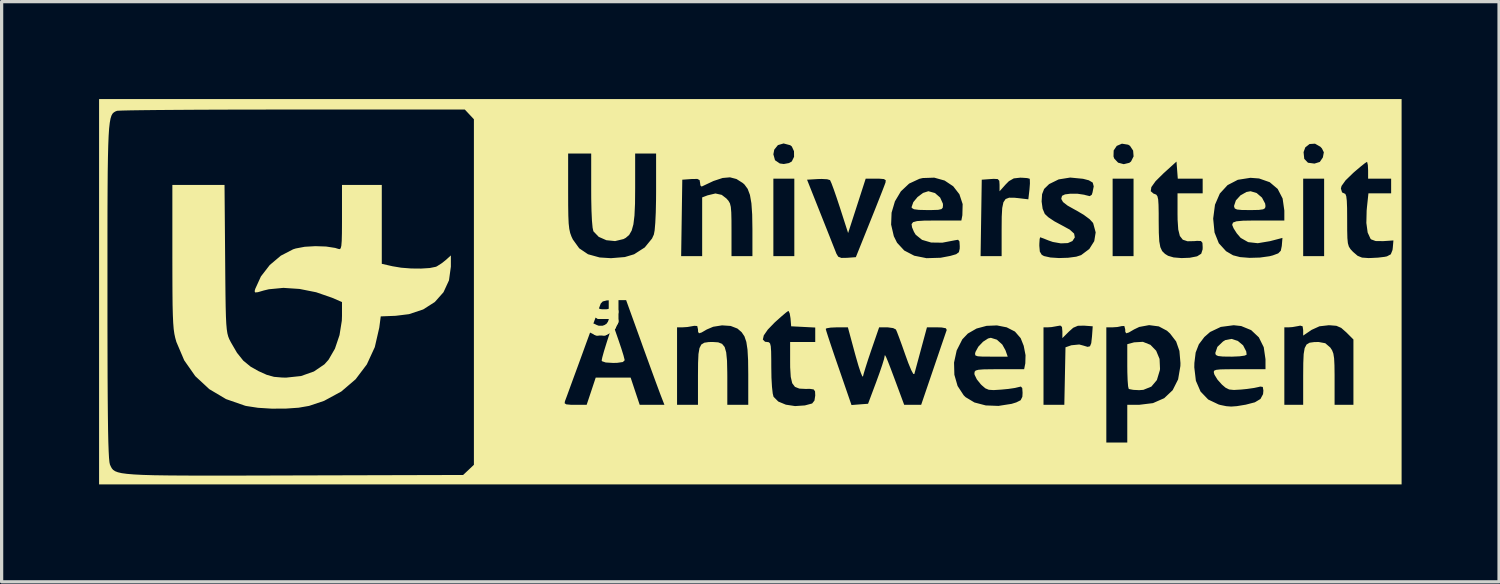
<source format=kicad_pcb>
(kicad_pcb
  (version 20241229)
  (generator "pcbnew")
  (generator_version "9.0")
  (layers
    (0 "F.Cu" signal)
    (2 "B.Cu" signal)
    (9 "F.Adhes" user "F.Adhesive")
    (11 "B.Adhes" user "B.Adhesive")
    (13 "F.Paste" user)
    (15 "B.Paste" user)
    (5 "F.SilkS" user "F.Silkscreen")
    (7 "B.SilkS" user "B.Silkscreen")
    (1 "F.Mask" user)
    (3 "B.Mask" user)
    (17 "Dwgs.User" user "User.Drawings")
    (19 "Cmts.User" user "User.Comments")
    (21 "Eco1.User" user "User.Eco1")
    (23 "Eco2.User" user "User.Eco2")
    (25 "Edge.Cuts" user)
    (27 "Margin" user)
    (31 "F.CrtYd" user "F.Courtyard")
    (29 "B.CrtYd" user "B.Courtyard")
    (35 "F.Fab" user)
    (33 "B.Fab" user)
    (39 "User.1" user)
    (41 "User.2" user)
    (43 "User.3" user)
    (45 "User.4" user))
  (footprint "logoUA40mm"
    (layer "F.Cu")
    (at 20.049 5.931)
    (property "Reference" "logoUA40mm" (at 0 0 0) (layer "F.SilkS") (effects (font (size 1.524 1.524) (thickness 0.3))))
    (attr board_only exclude_from_pos_files exclude_from_bom)
    (fp_poly (pts (xy 7.59 1.476) (xy 7.757 1.627) (xy 7.855 1.804) (xy 7.923 1.998) (xy 7.406 1.998) (xy 7.151 1.997) (xy 7 1.987) (xy 6.93 1.962) (xy 6.917 1.913) (xy 6.931 1.853) (xy 7.018 1.693) (xy 7.161 1.541) (xy 7.318 1.439) (xy 7.403 1.418)) (stroke (width 0) (type solid)) (fill yes) (layer "F.SilkS"))
    (fp_poly (pts (xy -4.052 1.508) (xy -3.969 1.755) (xy -3.905 1.96) (xy -3.872 2.09) (xy -3.869 2.111) (xy -3.925 2.164) (xy -4.1 2.189) (xy -4.223 2.192) (xy -4.453 2.178) (xy -4.566 2.139) (xy -4.577 2.115) (xy -4.558 2.022) (xy -4.508 1.84) (xy -4.435 1.603) (xy -4.406 1.511) (xy -4.234 0.985)) (stroke (width 0) (type solid)) (fill yes) (layer "F.SilkS"))
    (fp_poly (pts (xy 15.007 1.514) (xy 15.17 1.651) (xy 15.266 1.838) (xy 15.279 1.937) (xy 15.219 1.966) (xy 15.063 1.988) (xy 14.84 1.998) (xy 14.795 1.998) (xy 14.546 1.995) (xy 14.4 1.979) (xy 14.331 1.946) (xy 14.314 1.89) (xy 14.314 1.886) (xy 14.378 1.698) (xy 14.551 1.532) (xy 14.624 1.488) (xy 14.813 1.452)) (stroke (width 0) (type solid)) (fill yes) (layer "F.SilkS"))
    (fp_poly (pts (xy 5.681 -3.039) (xy 5.843 -2.899) (xy 5.927 -2.713) (xy 5.931 -2.663) (xy 5.923 -2.587) (xy 5.882 -2.543) (xy 5.781 -2.521) (xy 5.592 -2.515) (xy 5.447 -2.514) (xy 5.189 -2.52) (xy 5.038 -2.539) (xy 4.972 -2.577) (xy 4.964 -2.606) (xy 5.017 -2.758) (xy 5.149 -2.917) (xy 5.317 -3.042) (xy 5.479 -3.094) (xy 5.483 -3.094)) (stroke (width 0) (type solid)) (fill yes) (layer "F.SilkS"))
    (fp_poly (pts (xy 15.587 -3.038) (xy 15.751 -2.897) (xy 15.848 -2.714) (xy 15.859 -2.634) (xy 15.845 -2.573) (xy 15.786 -2.537) (xy 15.656 -2.519) (xy 15.427 -2.514) (xy 15.375 -2.514) (xy 15.128 -2.517) (xy 14.984 -2.531) (xy 14.914 -2.563) (xy 14.893 -2.62) (xy 14.892 -2.646) (xy 14.948 -2.813) (xy 15.09 -2.968) (xy 15.274 -3.071) (xy 15.4 -3.094)) (stroke (width 0) (type solid)) (fill yes) (layer "F.SilkS"))
    (fp_poly (pts (xy 12.316 1.634) (xy 12.493 1.816) (xy 12.598 2.069) (xy 12.612 2.374) (xy 12.607 2.415) (xy 12.515 2.719) (xy 12.345 2.921) (xy 12.1 3.02) (xy 11.972 3.03) (xy 11.791 3.021) (xy 11.668 2.998) (xy 11.647 2.987) (xy 11.629 2.908) (xy 11.615 2.73) (xy 11.606 2.481) (xy 11.604 2.28) (xy 11.604 1.615) (xy 11.814 1.558) (xy 12.084 1.542)) (stroke (width 0) (type solid)) (fill yes) (layer "F.SilkS"))
    (fp_poly (pts (xy -16.168 -1.015) (xy -16.163 -0.414) (xy -16.158 0.073) (xy -16.152 0.459) (xy -16.144 0.758) (xy -16.133 0.986) (xy -16.118 1.155) (xy -16.099 1.28) (xy -16.074 1.376) (xy -16.043 1.456) (xy -16.003 1.534) (xy -15.997 1.547) (xy -15.803 1.88) (xy -15.609 2.122) (xy -15.383 2.307) (xy -15.14 2.444) (xy -14.885 2.559) (xy -14.663 2.62) (xy -14.407 2.642) (xy -14.282 2.643) (xy -13.832 2.595) (xy -13.435 2.455) (xy -13.113 2.236) (xy -12.986 2.095) (xy -12.788 1.753) (xy -12.647 1.335) (xy -12.576 0.891) (xy -12.571 0.741) (xy -12.571 0.318) (xy -12.877 0.185) (xy -13.366 0.016) (xy -13.878 -0.086) (xy -14.376 -0.119) (xy -14.824 -0.076) (xy -14.981 -0.038) (xy -15.16 0.014) (xy -15.244 0.022) (xy -15.26 -0.017) (xy -15.242 -0.086) (xy -15.067 -0.47) (xy -14.795 -0.822) (xy -14.454 -1.11) (xy -14.076 -1.306) (xy -13.994 -1.332) (xy -13.719 -1.384) (xy -13.391 -1.403) (xy -13.061 -1.392) (xy -12.782 -1.349) (xy -12.684 -1.319) (xy -12.641 -1.311) (xy -12.611 -1.338) (xy -12.591 -1.417) (xy -12.579 -1.565) (xy -12.573 -1.801) (xy -12.571 -2.143) (xy -12.571 -2.282) (xy -12.571 -3.288) (xy -11.346 -3.288) (xy -11.346 -0.86) (xy -11.019 -0.785) (xy -10.75 -0.74) (xy -10.443 -0.716) (xy -10.136 -0.713) (xy -9.869 -0.73) (xy -9.681 -0.768) (xy -9.65 -0.782) (xy -9.495 -0.881) (xy -9.364 -0.986) (xy -9.219 -1.118) (xy -9.219 -0.773) (xy -9.277 -0.351) (xy -9.446 0.015) (xy -9.714 0.317) (xy -10.071 0.545) (xy -10.507 0.69) (xy -10.919 0.741) (xy -11.378 0.759) (xy -11.423 1.105) (xy -11.561 1.705) (xy -11.806 2.237) (xy -12.152 2.695) (xy -12.593 3.072) (xy -13.122 3.359) (xy -13.583 3.514) (xy -13.905 3.57) (xy -14.306 3.598) (xy -14.739 3.599) (xy -15.156 3.573) (xy -15.51 3.519) (xy -15.551 3.51) (xy -16.141 3.305) (xy -16.656 2.999) (xy -17.087 2.599) (xy -17.428 2.112) (xy -17.669 1.546) (xy -17.671 1.539) (xy -17.704 1.422) (xy -17.731 1.297) (xy -17.752 1.148) (xy -17.767 0.959) (xy -17.778 0.717) (xy -17.786 0.405) (xy -17.79 0.009) (xy -17.792 -0.486) (xy -17.793 -1.069) (xy -17.793 -3.288) (xy -16.187 -3.288)) (stroke (width 0) (type solid)) (fill yes) (layer "F.SilkS"))
    (fp_poly (pts (xy 20.049 5.931) (xy -20.049 5.931) (xy -20.049 -0.006) (xy -19.791 -0.006) (xy -19.791 0.989) (xy -19.789 1.863) (xy -19.787 2.62) (xy -19.783 3.269) (xy -19.778 3.815) (xy -19.772 4.266) (xy -19.764 4.628) (xy -19.754 4.907) (xy -19.743 5.111) (xy -19.73 5.246) (xy -19.715 5.319) (xy -19.712 5.325) (xy -19.685 5.385) (xy -19.655 5.439) (xy -19.615 5.485) (xy -19.557 5.524) (xy -19.472 5.557) (xy -19.352 5.585) (xy -19.188 5.607) (xy -18.973 5.625) (xy -18.699 5.639) (xy -18.356 5.649) (xy -17.936 5.655) (xy -17.433 5.659) (xy -16.836 5.66) (xy -16.138 5.66) (xy -15.331 5.659) (xy -14.406 5.656) (xy -14.043 5.655) (xy -8.842 5.641) (xy -8.676 5.485) (xy -8.51 5.328) (xy -8.51 4.642) (xy 10.959 4.642) (xy 11.604 4.642) (xy 11.604 3.481) (xy 11.971 3.481) (xy 12.395 3.429) (xy 12.741 3.277) (xy 13.001 3.031) (xy 13.169 2.698) (xy 13.232 2.328) (xy 13.667 2.328) (xy 13.716 2.741) (xy 13.86 3.073) (xy 14.095 3.318) (xy 14.417 3.471) (xy 14.471 3.486) (xy 14.65 3.523) (xy 14.802 3.535) (xy 14.978 3.522) (xy 15.226 3.481) (xy 15.227 3.481) (xy 16.439 3.481) (xy 17.019 3.481) (xy 17.019 2.581) (xy 17.022 2.195) (xy 17.034 1.919) (xy 17.065 1.736) (xy 17.123 1.625) (xy 17.217 1.569) (xy 17.356 1.55) (xy 17.494 1.547) (xy 17.699 1.585) (xy 17.853 1.717) (xy 17.909 1.802) (xy 17.948 1.904) (xy 17.971 2.049) (xy 17.982 2.263) (xy 17.986 2.572) (xy 17.986 2.684) (xy 17.986 3.481) (xy 18.566 3.481) (xy 18.566 1.47) (xy 18.347 1.251) (xy 18.19 1.113) (xy 18.042 1.049) (xy 17.839 1.032) (xy 17.808 1.031) (xy 17.52 1.064) (xy 17.278 1.174) (xy 17.254 1.191) (xy 17.019 1.35) (xy 17.019 1.183) (xy 17.002 1.065) (xy 16.928 1.043) (xy 16.874 1.055) (xy 16.688 1.088) (xy 16.584 1.095) (xy 16.439 1.096) (xy 16.439 3.481) (xy 15.227 3.481) (xy 15.251 3.477) (xy 15.532 3.404) (xy 15.704 3.301) (xy 15.784 3.152) (xy 15.794 3.042) (xy 15.776 2.931) (xy 15.698 2.919) (xy 15.649 2.932) (xy 15.507 2.962) (xy 15.29 2.993) (xy 15.11 3.011) (xy 14.885 3.024) (xy 14.74 3.009) (xy 14.629 2.954) (xy 14.519 2.86) (xy 14.382 2.707) (xy 14.291 2.559) (xy 14.28 2.53) (xy 14.266 2.47) (xy 14.279 2.43) (xy 14.339 2.405) (xy 14.465 2.391) (xy 14.677 2.386) (xy 14.996 2.385) (xy 15.049 2.385) (xy 15.859 2.385) (xy 15.859 2.079) (xy 15.805 1.708) (xy 15.654 1.404) (xy 15.418 1.182) (xy 15.111 1.056) (xy 14.88 1.031) (xy 14.483 1.083) (xy 14.154 1.239) (xy 13.977 1.394) (xy 13.807 1.619) (xy 13.709 1.872) (xy 13.67 2.191) (xy 13.667 2.328) (xy 13.232 2.328) (xy 13.239 2.285) (xy 13.241 2.196) (xy 13.209 1.822) (xy 13.108 1.531) (xy 12.922 1.288) (xy 12.826 1.2) (xy 12.575 1.067) (xy 12.276 1.028) (xy 11.972 1.084) (xy 11.812 1.161) (xy 11.651 1.255) (xy 11.57 1.279) (xy 11.543 1.232) (xy 11.54 1.154) (xy 11.513 1.055) (xy 11.438 1.057) (xy 11.299 1.086) (xy 11.148 1.096) (xy 10.959 1.096) (xy 10.959 4.642) (xy -8.51 4.642) (xy -8.51 3.433) (xy -5.717 3.433) (xy -5.666 3.467) (xy -5.527 3.48) (xy -5.395 3.481) (xy -5.039 3.481) (xy -4.899 3.062) (xy -4.76 2.643) (xy -3.685 2.643) (xy -3.546 3.062) (xy -3.406 3.481) (xy -2.645 3.481) (xy -2.256 3.481) (xy -1.612 3.481) (xy -1.612 2.581) (xy -1.609 2.195) (xy -1.597 1.919) (xy -1.566 1.736) (xy -1.509 1.625) (xy -1.416 1.569) (xy -1.281 1.549) (xy -1.154 1.547) (xy -0.989 1.558) (xy -0.871 1.604) (xy -0.791 1.701) (xy -0.743 1.868) (xy -0.718 2.123) (xy -0.71 2.483) (xy -0.709 2.621) (xy -0.709 3.481) (xy -0.064 3.481) (xy -0.064 2.543) (xy -0.069 2.11) (xy -0.087 1.784) (xy -0.123 1.545) (xy -0.148 1.472) (xy 0.385 1.472) (xy 0.453 1.54) (xy 0.516 1.547) (xy 0.57 1.555) (xy 0.607 1.592) (xy 0.629 1.679) (xy 0.64 1.839) (xy 0.644 2.091) (xy 0.645 2.325) (xy 0.65 2.646) (xy 0.666 2.924) (xy 0.689 3.131) (xy 0.714 3.233) (xy 0.86 3.38) (xy 1.093 3.477) (xy 1.377 3.52) (xy 1.679 3.5) (xy 1.903 3.44) (xy 1.974 3.35) (xy 1.998 3.194) (xy 1.992 3.067) (xy 1.949 3.007) (xy 1.834 2.99) (xy 1.703 2.992) (xy 1.508 2.982) (xy 1.374 2.929) (xy 1.289 2.816) (xy 1.244 2.621) (xy 1.226 2.327) (xy 1.225 2.147) (xy 1.225 1.547) (xy 1.998 1.547) (xy 1.998 1.144) (xy 2.321 1.144) (xy 2.341 1.217) (xy 2.397 1.392) (xy 2.482 1.649) (xy 2.59 1.969) (xy 2.715 2.331) (xy 2.718 2.339) (xy 3.114 3.488) (xy 3.369 3.468) (xy 3.624 3.449) (xy 3.875 2.779) (xy 3.977 2.498) (xy 4.06 2.255) (xy 4.114 2.079) (xy 4.13 2.006) (xy 4.136 1.961) (xy 4.151 1.96) (xy 4.182 2.017) (xy 4.236 2.146) (xy 4.32 2.363) (xy 4.439 2.68) (xy 4.491 2.82) (xy 4.736 3.481) (xy 5.259 3.481) (xy 5.638 2.369) (xy 5.702 2.181) (xy 6.271 2.181) (xy 6.281 2.556) (xy 6.38 2.901) (xy 6.567 3.187) (xy 6.627 3.246) (xy 6.899 3.409) (xy 7.247 3.5) (xy 7.638 3.515) (xy 7.853 3.481) (xy 9.025 3.481) (xy 9.666 3.481) (xy 9.702 1.711) (xy 9.882 1.648) (xy 10.125 1.624) (xy 10.256 1.659) (xy 10.382 1.697) (xy 10.456 1.679) (xy 10.495 1.583) (xy 10.517 1.384) (xy 10.522 1.322) (xy 10.54 1.064) (xy 10.275 1.044) (xy 10.083 1.048) (xy 9.94 1.109) (xy 9.807 1.227) (xy 9.606 1.428) (xy 9.606 1.222) (xy 9.594 1.083) (xy 9.543 1.041) (xy 9.461 1.055) (xy 9.274 1.088) (xy 9.17 1.095) (xy 9.025 1.096) (xy 9.025 3.481) (xy 7.853 3.481) (xy 8.041 3.452) (xy 8.187 3.407) (xy 8.321 3.34) (xy 8.374 3.234) (xy 8.381 3.113) (xy 8.371 2.966) (xy 8.329 2.919) (xy 8.268 2.933) (xy 8.147 2.962) (xy 7.944 2.992) (xy 7.723 3.013) (xy 7.489 3.028) (xy 7.341 3.018) (xy 7.235 2.974) (xy 7.13 2.884) (xy 7.095 2.85) (xy 6.972 2.697) (xy 6.903 2.554) (xy 6.898 2.519) (xy 6.905 2.462) (xy 6.939 2.425) (xy 7.023 2.402) (xy 7.177 2.39) (xy 7.424 2.386) (xy 7.664 2.385) (xy 8.429 2.385) (xy 8.465 2.204) (xy 8.472 1.953) (xy 8.416 1.665) (xy 8.322 1.429) (xy 8.146 1.226) (xy 7.892 1.096) (xy 7.592 1.037) (xy 7.272 1.05) (xy 6.964 1.133) (xy 6.696 1.287) (xy 6.526 1.465) (xy 6.352 1.808) (xy 6.271 2.181) (xy 5.702 2.181) (xy 5.761 2.009) (xy 5.87 1.688) (xy 5.959 1.429) (xy 6.02 1.25) (xy 6.046 1.177) (xy 6.02 1.125) (xy 5.89 1.1) (xy 5.755 1.096) (xy 5.437 1.096) (xy 5.258 1.757) (xy 5.181 2.042) (xy 5.114 2.29) (xy 5.066 2.468) (xy 5.048 2.534) (xy 5.016 2.529) (xy 4.953 2.413) (xy 4.864 2.198) (xy 4.77 1.94) (xy 4.669 1.653) (xy 4.58 1.41) (xy 4.514 1.237) (xy 4.481 1.162) (xy 4.396 1.119) (xy 4.237 1.097) (xy 4.203 1.096) (xy 3.965 1.096) (xy 3.726 1.789) (xy 3.628 2.079) (xy 3.546 2.335) (xy 3.489 2.524) (xy 3.467 2.611) (xy 3.445 2.601) (xy 3.397 2.485) (xy 3.329 2.281) (xy 3.25 2.007) (xy 3.225 1.918) (xy 3.003 1.096) (xy 2.662 1.096) (xy 2.472 1.104) (xy 2.348 1.125) (xy 2.321 1.144) (xy 1.998 1.144) (xy 1.998 1.102) (xy 1.628 1.083) (xy 1.257 1.064) (xy 1.237 0.818) (xy 1.212 0.667) (xy 1.176 0.593) (xy 1.165 0.592) (xy 1.096 0.643) (xy 0.959 0.759) (xy 0.783 0.916) (xy 0.75 0.946) (xy 0.538 1.165) (xy 0.414 1.344) (xy 0.385 1.472) (xy -0.148 1.472) (xy -0.182 1.372) (xy -0.269 1.244) (xy -0.39 1.14) (xy -0.401 1.132) (xy -0.606 1.053) (xy -0.871 1.035) (xy -1.143 1.078) (xy -1.339 1.161) (xy -1.501 1.255) (xy -1.581 1.279) (xy -1.609 1.232) (xy -1.612 1.153) (xy -1.635 1.055) (xy -1.73 1.049) (xy -1.757 1.055) (xy -1.937 1.086) (xy -2.079 1.095) (xy -2.256 1.096) (xy -2.256 3.481) (xy -2.645 3.481) (xy -2.764 3.175) (xy -2.821 3.022) (xy -2.914 2.771) (xy -3.033 2.446) (xy -3.17 2.069) (xy -3.317 1.665) (xy -3.353 1.563) (xy -3.824 0.258) (xy -4.194 0.258) (xy -4.418 0.267) (xy -4.544 0.299) (xy -4.604 0.362) (xy -4.608 0.371) (xy -4.642 0.462) (xy -4.714 0.656) (xy -4.815 0.933) (xy -4.94 1.274) (xy -5.082 1.662) (xy -5.157 1.87) (xy -5.304 2.273) (xy -5.439 2.64) (xy -5.553 2.952) (xy -5.64 3.191) (xy -5.694 3.336) (xy -5.707 3.368) (xy -5.717 3.433) (xy -8.51 3.433) (xy -8.51 -3.076) (xy -5.609 -3.076) (xy -5.608 -2.653) (xy -5.603 -2.336) (xy -5.593 -2.105) (xy -5.574 -1.936) (xy -5.546 -1.807) (xy -5.506 -1.697) (xy -5.464 -1.609) (xy -5.268 -1.337) (xy -4.997 -1.154) (xy -4.639 -1.055) (xy -4.29 -1.033) (xy -3.863 -1.068) (xy -3.769 -1.096) (xy -2.13 -1.096) (xy -1.483 -1.096) (xy -1.483 -2.904) (xy -1.317 -2.967) (xy -1.074 -3.025) (xy -0.881 -2.982) (xy -0.738 -2.872) (xy -0.673 -2.799) (xy -0.628 -2.72) (xy -0.601 -2.61) (xy -0.587 -2.442) (xy -0.581 -2.192) (xy -0.58 -1.905) (xy -0.58 -1.096) (xy 0.064 -1.096) (xy 0.709 -1.096) (xy 1.354 -1.096) (xy 1.354 -3.449) (xy 1.746 -3.449) (xy 2.169 -2.385) (xy 2.31 -2.03) (xy 2.438 -1.708) (xy 2.543 -1.441) (xy 2.618 -1.253) (xy 2.649 -1.173) (xy 2.706 -1.078) (xy 2.803 -1.041) (xy 2.978 -1.044) (xy 3.248 -1.064) (xy 3.651 -2.067) (xy 4.334 -2.067) (xy 4.417 -1.709) (xy 4.516 -1.509) (xy 4.738 -1.269) (xy 5.046 -1.109) (xy 5.425 -1.033) (xy 5.858 -1.046) (xy 6.12 -1.096) (xy 7.088 -1.096) (xy 7.736 -1.096) (xy 7.736 -1.416) (xy 8.896 -1.416) (xy 8.912 -1.235) (xy 8.971 -1.137) (xy 9.041 -1.098) (xy 9.238 -1.054) (xy 9.502 -1.037) (xy 9.785 -1.046) (xy 10.034 -1.079) (xy 10.086 -1.096) (xy 11.153 -1.096) (xy 11.797 -1.096) (xy 11.797 -3.095) (xy 12.326 -3.095) (xy 12.415 -3.019) (xy 12.442 -3.011) (xy 12.496 -2.989) (xy 12.532 -2.939) (xy 12.555 -2.841) (xy 12.566 -2.673) (xy 12.571 -2.412) (xy 12.571 -2.178) (xy 12.575 -1.812) (xy 12.589 -1.551) (xy 12.622 -1.372) (xy 12.678 -1.251) (xy 12.765 -1.165) (xy 12.861 -1.106) (xy 13.032 -1.056) (xy 13.273 -1.036) (xy 13.527 -1.046) (xy 13.739 -1.087) (xy 13.76 -1.094) (xy 13.88 -1.17) (xy 13.923 -1.303) (xy 13.925 -1.37) (xy 13.918 -1.505) (xy 13.872 -1.561) (xy 13.752 -1.566) (xy 13.664 -1.558) (xy 13.458 -1.554) (xy 13.314 -1.601) (xy 13.223 -1.716) (xy 13.173 -1.916) (xy 13.153 -2.219) (xy 13.153 -2.244) (xy 14.249 -2.244) (xy 14.29 -1.824) (xy 14.422 -1.493) (xy 14.645 -1.248) (xy 14.86 -1.122) (xy 15.076 -1.066) (xy 15.369 -1.043) (xy 15.688 -1.052) (xy 15.984 -1.093) (xy 15.995 -1.096) (xy 17.019 -1.096) (xy 17.664 -1.096) (xy 17.664 -3.177) (xy 18.18 -3.177) (xy 18.216 -3.058) (xy 18.276 -3.03) (xy 18.317 -3.011) (xy 18.345 -2.941) (xy 18.362 -2.801) (xy 18.371 -2.572) (xy 18.373 -2.233) (xy 18.373 -2.219) (xy 18.374 -1.883) (xy 18.38 -1.65) (xy 18.395 -1.495) (xy 18.425 -1.391) (xy 18.475 -1.312) (xy 18.549 -1.232) (xy 18.562 -1.22) (xy 18.695 -1.106) (xy 18.83 -1.051) (xy 19.024 -1.037) (xy 19.093 -1.038) (xy 19.324 -1.05) (xy 19.525 -1.074) (xy 19.598 -1.089) (xy 19.716 -1.152) (xy 19.769 -1.284) (xy 19.778 -1.356) (xy 19.797 -1.579) (xy 19.484 -1.558) (xy 19.249 -1.561) (xy 19.113 -1.611) (xy 19.091 -1.633) (xy 19.004 -1.823) (xy 18.964 -2.117) (xy 18.973 -2.498) (xy 18.983 -2.607) (xy 19.028 -3.03) (xy 19.727 -3.03) (xy 19.727 -3.481) (xy 19.018 -3.481) (xy 19.018 -3.739) (xy 19.01 -3.901) (xy 18.989 -3.99) (xy 18.981 -3.997) (xy 18.919 -3.957) (xy 18.787 -3.852) (xy 18.61 -3.702) (xy 18.562 -3.66) (xy 18.325 -3.43) (xy 18.2 -3.256) (xy 18.18 -3.177) (xy 17.664 -3.177) (xy 17.664 -3.481) (xy 17.019 -3.481) (xy 17.019 -1.096) (xy 15.995 -1.096) (xy 16.085 -1.119) (xy 16.251 -1.181) (xy 16.33 -1.262) (xy 16.36 -1.406) (xy 16.362 -1.426) (xy 16.381 -1.657) (xy 15.998 -1.557) (xy 15.622 -1.494) (xy 15.325 -1.527) (xy 15.095 -1.658) (xy 14.975 -1.798) (xy 14.877 -1.952) (xy 14.833 -2.059) (xy 14.858 -2.129) (xy 14.965 -2.168) (xy 15.168 -2.187) (xy 15.481 -2.192) (xy 15.633 -2.192) (xy 16.439 -2.192) (xy 16.439 -2.499) (xy 16.386 -2.871) (xy 16.234 -3.165) (xy 15.989 -3.372) (xy 15.661 -3.487) (xy 15.394 -3.507) (xy 15.007 -3.446) (xy 14.691 -3.282) (xy 14.453 -3.023) (xy 14.304 -2.679) (xy 14.249 -2.257) (xy 14.249 -2.244) (xy 13.153 -2.244) (xy 13.151 -2.395) (xy 13.151 -3.03) (xy 13.925 -3.03) (xy 13.925 -3.481) (xy 13.159 -3.481) (xy 13.139 -3.744) (xy 13.119 -4.007) (xy 12.716 -3.642) (xy 12.475 -3.403) (xy 12.345 -3.221) (xy 12.326 -3.095) (xy 11.797 -3.095) (xy 11.797 -3.481) (xy 11.153 -3.481) (xy 11.153 -1.096) (xy 10.086 -1.096) (xy 10.183 -1.127) (xy 10.435 -1.316) (xy 10.587 -1.557) (xy 10.631 -1.827) (xy 10.557 -2.101) (xy 10.544 -2.126) (xy 10.444 -2.234) (xy 10.263 -2.368) (xy 10.038 -2.501) (xy 10.014 -2.513) (xy 9.767 -2.651) (xy 9.626 -2.761) (xy 9.574 -2.854) (xy 9.573 -2.869) (xy 9.596 -2.953) (xy 9.687 -2.997) (xy 9.854 -3.018) (xy 10.077 -3.016) (xy 10.278 -2.986) (xy 10.315 -2.975) (xy 10.447 -2.943) (xy 10.51 -2.984) (xy 10.533 -3.052) (xy 10.571 -3.244) (xy 10.54 -3.36) (xy 10.42 -3.431) (xy 10.241 -3.477) (xy 9.847 -3.515) (xy 9.491 -3.458) (xy 9.198 -3.314) (xy 9.044 -3.164) (xy 8.981 -3.002) (xy 8.967 -2.779) (xy 8.998 -2.554) (xy 9.065 -2.395) (xy 9.175 -2.292) (xy 9.362 -2.167) (xy 9.58 -2.05) (xy 9.833 -1.912) (xy 9.967 -1.79) (xy 9.989 -1.673) (xy 9.915 -1.56) (xy 9.774 -1.498) (xy 9.559 -1.489) (xy 9.313 -1.532) (xy 9.177 -1.579) (xy 9.023 -1.641) (xy 8.93 -1.674) (xy 8.921 -1.676) (xy 8.906 -1.619) (xy 8.897 -1.476) (xy 8.896 -1.416) (xy 7.736 -1.416) (xy 7.736 -1.926) (xy 7.739 -2.308) (xy 7.754 -2.578) (xy 7.791 -2.754) (xy 7.859 -2.854) (xy 7.967 -2.895) (xy 8.125 -2.894) (xy 8.245 -2.882) (xy 8.558 -2.845) (xy 8.593 -3.147) (xy 8.607 -3.331) (xy 8.604 -3.455) (xy 8.597 -3.48) (xy 8.519 -3.499) (xy 8.362 -3.51) (xy 8.306 -3.511) (xy 8.109 -3.489) (xy 7.959 -3.403) (xy 7.858 -3.301) (xy 7.672 -3.092) (xy 7.672 -3.291) (xy 7.664 -3.414) (xy 7.617 -3.468) (xy 7.495 -3.475) (xy 7.398 -3.469) (xy 7.124 -3.449) (xy 7.088 -1.096) (xy 6.12 -1.096) (xy 6.16 -1.104) (xy 6.336 -1.155) (xy 6.42 -1.217) (xy 6.445 -1.324) (xy 6.447 -1.401) (xy 6.438 -1.549) (xy 6.395 -1.6) (xy 6.302 -1.585) (xy 5.91 -1.51) (xy 5.566 -1.515) (xy 5.287 -1.597) (xy 5.092 -1.753) (xy 5.037 -1.843) (xy 4.978 -1.984) (xy 4.964 -2.081) (xy 5.01 -2.142) (xy 5.133 -2.175) (xy 5.35 -2.189) (xy 5.677 -2.192) (xy 5.73 -2.192) (xy 6.496 -2.192) (xy 6.527 -2.354) (xy 6.536 -2.698) (xy 6.436 -3.001) (xy 6.245 -3.247) (xy 5.981 -3.423) (xy 5.662 -3.512) (xy 5.306 -3.5) (xy 5.204 -3.476) (xy 4.888 -3.329) (xy 4.634 -3.09) (xy 4.451 -2.783) (xy 4.348 -2.434) (xy 4.334 -2.067) (xy 3.651 -2.067) (xy 3.687 -2.157) (xy 3.83 -2.513) (xy 3.957 -2.834) (xy 4.061 -3.098) (xy 4.132 -3.283) (xy 4.162 -3.365) (xy 4.168 -3.434) (xy 4.111 -3.469) (xy 3.962 -3.481) (xy 3.875 -3.481) (xy 3.551 -3.481) (xy 3.281 -2.644) (xy 3.01 -1.807) (xy 2.756 -2.596) (xy 2.656 -2.897) (xy 2.567 -3.154) (xy 2.497 -3.341) (xy 2.455 -3.433) (xy 2.452 -3.437) (xy 2.365 -3.463) (xy 2.195 -3.472) (xy 2.075 -3.469) (xy 1.746 -3.449) (xy 1.354 -3.449) (xy 1.354 -3.481) (xy 0.709 -3.481) (xy 0.709 -1.096) (xy 0.064 -1.096) (xy 0.064 -1.918) (xy 0.057 -2.375) (xy 0.033 -2.722) (xy -0.012 -2.98) (xy -0.082 -3.166) (xy -0.18 -3.3) (xy -0.234 -3.348) (xy -0.427 -3.47) (xy -0.626 -3.522) (xy -0.853 -3.502) (xy -1.135 -3.409) (xy -1.494 -3.24) (xy -1.499 -3.237) (xy -1.537 -3.271) (xy -1.547 -3.351) (xy -1.562 -3.437) (xy -1.63 -3.472) (xy -1.786 -3.471) (xy -1.821 -3.469) (xy -2.095 -3.449) (xy -2.13 -1.096) (xy -3.769 -1.096) (xy -3.578 -1.153) (xy -3.251 -1.363) (xy -3.027 -1.637) (xy -2.97 -1.761) (xy -2.946 -1.889) (xy -2.926 -2.123) (xy -2.911 -2.442) (xy -2.903 -2.823) (xy -2.901 -3.099) (xy -2.901 -4.231) (xy 0.709 -4.231) (xy 0.76 -4.048) (xy 0.907 -3.948) (xy 1.031 -3.932) (xy 1.189 -3.961) (xy 1.276 -4.01) (xy 1.346 -4.153) (xy 1.346 -4.164) (xy 11.18 -4.164) (xy 11.203 -4.099) (xy 11.322 -3.973) (xy 11.495 -3.927) (xy 11.666 -3.968) (xy 11.72 -4.01) (xy 11.798 -4.166) (xy 11.788 -4.298) (xy 17.031 -4.298) (xy 17.052 -4.092) (xy 17.167 -3.971) (xy 17.367 -3.945) (xy 17.531 -3.996) (xy 17.622 -4.129) (xy 17.627 -4.143) (xy 17.655 -4.293) (xy 17.596 -4.412) (xy 17.549 -4.463) (xy 17.383 -4.558) (xy 17.215 -4.547) (xy 17.084 -4.444) (xy 17.031 -4.298) (xy 11.788 -4.298) (xy 11.784 -4.345) (xy 11.688 -4.491) (xy 11.631 -4.527) (xy 11.439 -4.558) (xy 11.28 -4.49) (xy 11.185 -4.349) (xy 11.18 -4.164) (xy 1.346 -4.164) (xy 1.344 -4.327) (xy 1.277 -4.472) (xy 1.229 -4.51) (xy 1.024 -4.565) (xy 0.849 -4.514) (xy 0.736 -4.374) (xy 0.709 -4.231) (xy -2.901 -4.231) (xy -2.901 -4.255) (xy -3.546 -4.255) (xy -3.546 -3.185) (xy -3.55 -2.709) (xy -3.567 -2.344) (xy -3.6 -2.074) (xy -3.654 -1.881) (xy -3.731 -1.748) (xy -3.836 -1.658) (xy -3.906 -1.621) (xy -4.164 -1.559) (xy -4.432 -1.586) (xy -4.668 -1.69) (xy -4.83 -1.859) (xy -4.833 -1.866) (xy -4.856 -1.973) (xy -4.876 -2.189) (xy -4.89 -2.493) (xy -4.898 -2.864) (xy -4.899 -3.122) (xy -4.899 -4.255) (xy -5.609 -4.255) (xy -5.609 -3.076) (xy -8.51 -3.076) (xy -8.51 -5.31) (xy -8.65 -5.459) (xy -8.79 -5.609) (xy -14.092 -5.609) (xy -14.909 -5.608) (xy -15.691 -5.607) (xy -16.426 -5.605) (xy -17.106 -5.602) (xy -17.721 -5.598) (xy -18.261 -5.594) (xy -18.715 -5.589) (xy -19.076 -5.584) (xy -19.331 -5.578) (xy -19.473 -5.572) (xy -19.498 -5.569) (xy -19.55 -5.548) (xy -19.595 -5.521) (xy -19.635 -5.482) (xy -19.668 -5.421) (xy -19.697 -5.329) (xy -19.72 -5.2) (xy -19.74 -5.024) (xy -19.755 -4.793) (xy -19.767 -4.5) (xy -19.776 -4.135) (xy -19.783 -3.691) (xy -19.787 -3.158) (xy -19.79 -2.53) (xy -19.791 -1.798) (xy -19.791 -0.953) (xy -19.791 -0.006) (xy -20.049 -0.006) (xy -20.049 -5.931) (xy 20.049 -5.931)) (stroke (width 0) (type solid)) (fill yes) (layer "F.SilkS")))
  (gr_rect
    (start -3 -3)
    (end 43.098 14.862)
    (stroke (width 0.1) (type default))
    (fill no)
    (layer "Edge.Cuts")))
</source>
